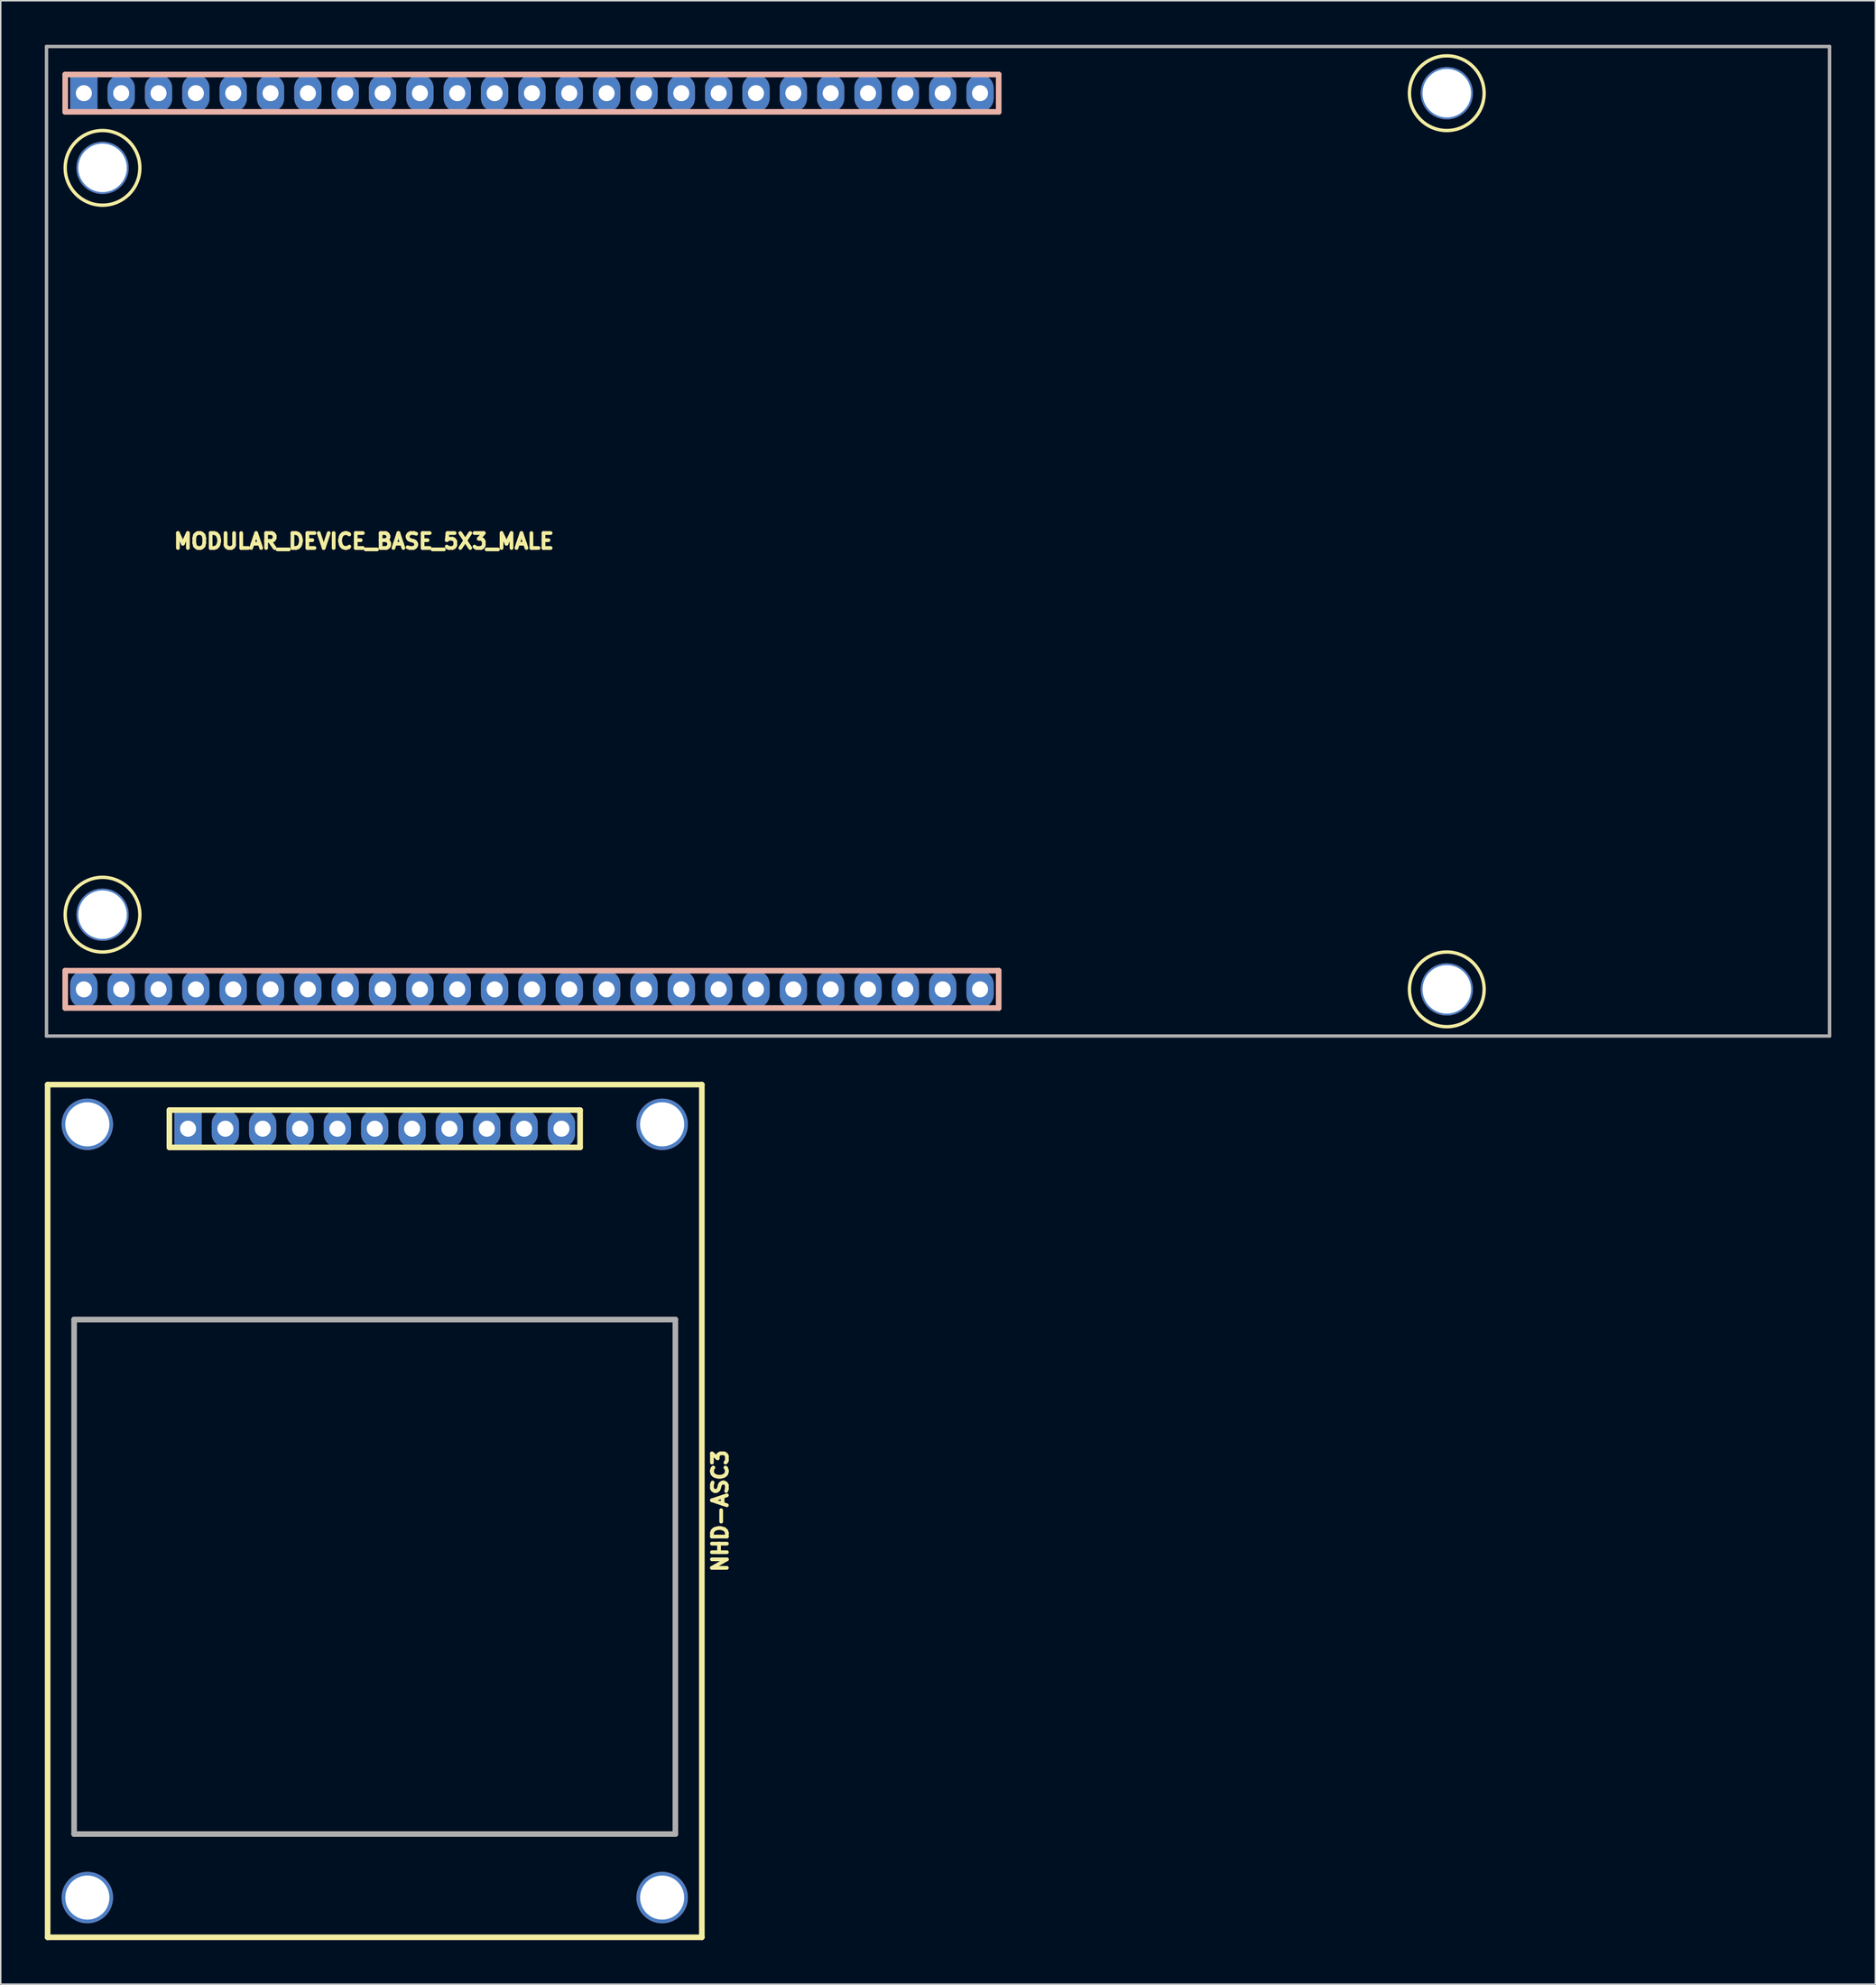
<source format=kicad_pcb>
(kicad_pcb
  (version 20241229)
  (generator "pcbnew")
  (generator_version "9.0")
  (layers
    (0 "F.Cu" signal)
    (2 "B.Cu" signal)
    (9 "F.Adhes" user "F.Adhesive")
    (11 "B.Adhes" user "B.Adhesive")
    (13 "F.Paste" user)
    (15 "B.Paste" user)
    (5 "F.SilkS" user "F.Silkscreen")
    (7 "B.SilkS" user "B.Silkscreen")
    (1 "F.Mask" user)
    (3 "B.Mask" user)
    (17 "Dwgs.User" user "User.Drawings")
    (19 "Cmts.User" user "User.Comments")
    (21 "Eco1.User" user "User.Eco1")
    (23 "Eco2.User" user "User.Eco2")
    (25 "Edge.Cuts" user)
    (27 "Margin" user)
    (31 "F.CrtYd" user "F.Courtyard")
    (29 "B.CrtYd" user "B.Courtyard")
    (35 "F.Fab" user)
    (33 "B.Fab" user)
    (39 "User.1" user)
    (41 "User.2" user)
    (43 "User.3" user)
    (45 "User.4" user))
  (footprint "MODULAR_DEVICE_BASE_5X3_MALE"
    (layer "F.Cu")
    (at 21.704 33.769)
    (property "Reference" "MODULAR_DEVICE_BASE_5X3_MALE" (at 0 0 0) (layer "F.SilkS") (effects (font (size 1.016 1.016) (thickness 0.254))))
    (attr through_hole)
    (fp_circle (center -17.78 -25.4) (end -15.24 -25.4) (stroke (width 0.229) (type solid)) (fill no) (layer "F.SilkS"))
    (fp_circle (center -17.78 25.4) (end -15.24 25.4) (stroke (width 0.229) (type solid)) (fill no) (layer "F.SilkS"))
    (fp_circle (center 73.66 -30.48) (end 76.2 -30.48) (stroke (width 0.229) (type solid)) (fill no) (layer "F.SilkS"))
    (fp_circle (center 73.66 30.48) (end 76.2 30.48) (stroke (width 0.229) (type solid)) (fill no) (layer "F.SilkS"))
    (fp_line (start -20.32 -31.75) (end -20.32 -29.21) (stroke (width 0.381) (type solid)) (layer "B.SilkS"))
    (fp_line (start -20.32 -31.75) (end 43.18 -31.75) (stroke (width 0.381) (type solid)) (layer "B.SilkS"))
    (fp_line (start -20.32 -29.21) (end 43.18 -29.21) (stroke (width 0.381) (type solid)) (layer "B.SilkS"))
    (fp_line (start -20.32 29.21) (end -20.32 31.75) (stroke (width 0.381) (type solid)) (layer "B.SilkS"))
    (fp_line (start -20.32 29.21) (end 43.18 29.21) (stroke (width 0.381) (type solid)) (layer "B.SilkS"))
    (fp_line (start -20.32 31.75) (end 43.18 31.75) (stroke (width 0.381) (type solid)) (layer "B.SilkS"))
    (fp_line (start 43.18 -29.21) (end 43.18 -31.75) (stroke (width 0.381) (type solid)) (layer "B.SilkS"))
    (fp_line (start 43.18 31.75) (end 43.18 29.21) (stroke (width 0.381) (type solid)) (layer "B.SilkS"))
    (fp_line (start -21.59 -33.655) (end -21.59 33.655) (stroke (width 0.229) (type solid)) (layer "F.Fab"))
    (fp_line (start -21.59 33.655) (end 99.695 33.655) (stroke (width 0.229) (type solid)) (layer "F.Fab"))
    (fp_line (start 99.695 -33.655) (end -21.59 -33.655) (stroke (width 0.229) (type solid)) (layer "F.Fab"))
    (fp_line (start 99.695 33.655) (end 99.695 -33.655) (stroke (width 0.229) (type solid)) (layer "F.Fab"))
    (pad "" thru_hole circle (at -17.78 -25.4) (size 3.556 3.556) (drill 3.302) (layers "*.Cu" "*.Mask"))
    (pad "" thru_hole circle (at -17.78 25.4) (size 3.556 3.556) (drill 3.302) (layers "*.Cu" "*.Mask"))
    (pad "" thru_hole circle (at 73.66 -30.48) (size 3.556 3.556) (drill 3.302) (layers "*.Cu" "*.Mask"))
    (pad "" thru_hole circle (at 73.66 30.48) (size 3.556 3.556) (drill 3.302) (layers "*.Cu" "*.Mask"))
    (pad "2" thru_hole oval (at -8.89 -30.48) (size 1.854 2.54) (drill 1.092) (layers "*.Cu" "*.Mask"))
    (pad "3V3" thru_hole oval (at -11.43 30.48) (size 1.854 2.54) (drill 1.092) (layers "*.Cu" "*.Mask"))
    (pad "5" thru_hole oval (at -1.27 -30.48) (size 1.854 2.54) (drill 1.092) (layers "*.Cu" "*.Mask"))
    (pad "6" thru_hole oval (at 1.27 -30.48) (size 1.854 2.54) (drill 1.092) (layers "*.Cu" "*.Mask"))
    (pad "11" thru_hole oval (at 13.97 -30.48) (size 1.854 2.54) (drill 1.092) (layers "*.Cu" "*.Mask"))
    (pad "12" thru_hole oval (at 16.51 -30.48) (size 1.854 2.54) (drill 1.092) (layers "*.Cu" "*.Mask"))
    (pad "13" thru_hole oval (at 16.51 30.48) (size 1.854 2.54) (drill 1.092) (layers "*.Cu" "*.Mask"))
    (pad "14" thru_hole oval (at 13.97 30.48) (size 1.854 2.54) (drill 1.092) (layers "*.Cu" "*.Mask"))
    (pad "15" thru_hole oval (at 11.43 30.48) (size 1.854 2.54) (drill 1.092) (layers "*.Cu" "*.Mask"))
    (pad "16" thru_hole oval (at 8.89 30.48) (size 1.854 2.54) (drill 1.092) (layers "*.Cu" "*.Mask"))
    (pad "17" thru_hole oval (at 6.35 30.48) (size 1.854 2.54) (drill 1.092) (layers "*.Cu" "*.Mask"))
    (pad "18" thru_hole oval (at 3.81 30.48) (size 1.854 2.54) (drill 1.092) (layers "*.Cu" "*.Mask"))
    (pad "19" thru_hole oval (at 1.27 30.48) (size 1.854 2.54) (drill 1.092) (layers "*.Cu" "*.Mask"))
    (pad "20" thru_hole oval (at -1.27 30.48) (size 1.854 2.54) (drill 1.092) (layers "*.Cu" "*.Mask"))
    (pad "21" thru_hole oval (at -3.81 30.48) (size 1.854 2.54) (drill 1.092) (layers "*.Cu" "*.Mask"))
    (pad "22" thru_hole oval (at -6.35 30.48) (size 1.854 2.54) (drill 1.092) (layers "*.Cu" "*.Mask"))
    (pad "23" thru_hole oval (at -8.89 30.48) (size 1.854 2.54) (drill 1.092) (layers "*.Cu" "*.Mask"))
    (pad "29" thru_hole oval (at 34.29 -30.48) (size 1.854 2.54) (drill 1.092) (layers "*.Cu" "*.Mask"))
    (pad "30" thru_hole oval (at 36.83 -30.48) (size 1.854 2.54) (drill 1.092) (layers "*.Cu" "*.Mask"))
    (pad "33" thru_hole oval (at 41.91 30.48) (size 1.854 2.54) (drill 1.092) (layers "*.Cu" "*.Mask"))
    (pad "34" thru_hole oval (at 39.37 30.48) (size 1.854 2.54) (drill 1.092) (layers "*.Cu" "*.Mask"))
    (pad "35" thru_hole oval (at 36.83 30.48) (size 1.854 2.54) (drill 1.092) (layers "*.Cu" "*.Mask"))
    (pad "36" thru_hole oval (at 34.29 30.48) (size 1.854 2.54) (drill 1.092) (layers "*.Cu" "*.Mask"))
    (pad "37" thru_hole oval (at 31.75 30.48) (size 1.854 2.54) (drill 1.092) (layers "*.Cu" "*.Mask"))
    (pad "38" thru_hole oval (at 29.21 30.48) (size 1.854 2.54) (drill 1.092) (layers "*.Cu" "*.Mask"))
    (pad "40" thru_hole oval (at 6.35 -30.48) (size 1.854 2.54) (drill 1.092) (layers "*.Cu" "*.Mask"))
    (pad "41" thru_hole oval (at 8.89 -30.48) (size 1.854 2.54) (drill 1.092) (layers "*.Cu" "*.Mask"))
    (pad "42" thru_hole oval (at 11.43 -30.48) (size 1.854 2.54) (drill 1.092) (layers "*.Cu" "*.Mask"))
    (pad "43" thru_hole oval (at 29.21 -30.48) (size 1.854 2.54) (drill 1.092) (layers "*.Cu" "*.Mask"))
    (pad "44" thru_hole oval (at 31.75 -30.48) (size 1.854 2.54) (drill 1.092) (layers "*.Cu" "*.Mask"))
    (pad "45" thru_hole oval (at 39.37 -30.48) (size 1.854 2.54) (drill 1.092) (layers "*.Cu" "*.Mask"))
    (pad "46" thru_hole oval (at 41.91 -30.48) (size 1.854 2.54) (drill 1.092) (layers "*.Cu" "*.Mask"))
    (pad "47" thru_hole oval (at 26.67 -30.48) (size 1.854 2.54) (drill 1.092) (layers "*.Cu" "*.Mask"))
    (pad "48" thru_hole oval (at 24.13 -30.48) (size 1.854 2.54) (drill 1.092) (layers "*.Cu" "*.Mask"))
    (pad "49" thru_hole oval (at 21.59 -30.48) (size 1.854 2.54) (drill 1.092) (layers "*.Cu" "*.Mask"))
    (pad "50" thru_hole oval (at 19.05 -30.48) (size 1.854 2.54) (drill 1.092) (layers "*.Cu" "*.Mask"))
    (pad "51" thru_hole oval (at 26.67 30.48) (size 1.854 2.54) (drill 1.092) (layers "*.Cu" "*.Mask"))
    (pad "52" thru_hole oval (at 3.81 -30.48) (size 1.854 2.54) (drill 1.092) (layers "*.Cu" "*.Mask"))
    (pad "53" thru_hole oval (at 19.05 30.48) (size 1.854 2.54) (drill 1.092) (layers "*.Cu" "*.Mask"))
    (pad "54" thru_hole oval (at -3.81 -30.48) (size 1.854 2.54) (drill 1.092) (layers "*.Cu" "*.Mask"))
    (pad "55" thru_hole oval (at -6.35 -30.48) (size 1.854 2.54) (drill 1.092) (layers "*.Cu" "*.Mask"))
    (pad "A10" thru_hole oval (at -13.97 -30.48) (size 1.854 2.54) (drill 1.092) (layers "*.Cu" "*.Mask"))
    (pad "A11" thru_hole oval (at -11.43 -30.48) (size 1.854 2.54) (drill 1.092) (layers "*.Cu" "*.Mask"))
    (pad "AGND" thru_hole oval (at -13.97 30.48) (size 1.854 2.54) (drill 1.092) (layers "*.Cu" "*.Mask"))
    (pad "AREF" thru_hole oval (at -19.05 30.48) (size 1.854 2.54) (drill 1.092) (layers "*.Cu" "*.Mask"))
    (pad "DAC0" thru_hole oval (at 24.13 30.48) (size 1.854 2.54) (drill 1.092) (layers "*.Cu" "*.Mask"))
    (pad "DAC1" thru_hole oval (at 21.59 30.48) (size 1.854 2.54) (drill 1.092) (layers "*.Cu" "*.Mask"))
    (pad "GND" thru_hole oval (at -16.51 -30.48) (size 1.854 2.54) (drill 1.092) (layers "*.Cu" "*.Mask"))
    (pad "VDD" thru_hole rect (at -19.05 -30.48) (size 1.854 2.54) (drill 1.092) (layers "*.Cu" "*.Mask"))
    (pad "VEE" thru_hole oval (at -16.51 30.48) (size 1.854 2.54) (drill 1.092) (layers "*.Cu" "*.Mask")))
  (footprint "NHD-ASC3"
    (layer "F.Cu")
    (at 22.441 99.729)
    (property "Reference" "NHD-ASC3" (at 23.495 0 90) (layer "F.SilkS") (effects (font (size 1.016 1.016) (thickness 0.254))))
    (attr through_hole)
    (fp_line (start -22.25 -29) (end -22.25 29) (stroke (width 0.381) (type solid)) (layer "F.SilkS"))
    (fp_line (start -22.25 -29) (end 22.25 -29) (stroke (width 0.381) (type solid)) (layer "F.SilkS"))
    (fp_line (start -22.25 29) (end 22.25 29) (stroke (width 0.381) (type solid)) (layer "F.SilkS"))
    (fp_line (start -13.97 -27.27) (end -13.97 -24.73) (stroke (width 0.381) (type solid)) (layer "F.SilkS"))
    (fp_line (start -13.97 -24.73) (end 13.97 -24.73) (stroke (width 0.381) (type solid)) (layer "F.SilkS"))
    (fp_line (start 13.97 -27.27) (end -13.97 -27.27) (stroke (width 0.381) (type solid)) (layer "F.SilkS"))
    (fp_line (start 13.97 -24.73) (end 13.97 -27.27) (stroke (width 0.381) (type solid)) (layer "F.SilkS"))
    (fp_line (start 22.25 29) (end 22.25 -29) (stroke (width 0.381) (type solid)) (layer "F.SilkS"))
    (fp_line (start -20.45 -13.02) (end -20.45 21.98) (stroke (width 0.381) (type solid)) (layer "F.Fab"))
    (fp_line (start -20.45 21.98) (end 20.45 21.98) (stroke (width 0.381) (type solid)) (layer "F.Fab"))
    (fp_line (start 20.45 -13.02) (end -20.45 -13.02) (stroke (width 0.381) (type solid)) (layer "F.Fab"))
    (fp_line (start 20.45 -13.02) (end 20.45 21.98) (stroke (width 0.381) (type solid)) (layer "F.Fab"))
    (pad "" thru_hole circle (at -19.55 -26.3) (size 3.5 3.5) (drill 3) (layers "*.Cu" "*.Mask"))
    (pad "" thru_hole circle (at -19.55 26.3) (size 3.5 3.5) (drill 3) (layers "*.Cu" "*.Mask"))
    (pad "" thru_hole circle (at 19.55 -26.3) (size 3.5 3.5) (drill 3) (layers "*.Cu" "*.Mask"))
    (pad "" thru_hole circle (at 19.55 26.3) (size 3.5 3.5) (drill 3) (layers "*.Cu" "*.Mask"))
    (pad "1" thru_hole rect (at -12.7 -26) (size 1.854 2.54) (drill 1.092) (layers "*.Cu" "*.Mask"))
    (pad "2" thru_hole oval (at -10.16 -26) (size 1.854 2.54) (drill 1.092) (layers "*.Cu" "*.Mask"))
    (pad "3" thru_hole oval (at -7.62 -26) (size 1.854 2.54) (drill 1.092) (layers "*.Cu" "*.Mask"))
    (pad "4" thru_hole oval (at -5.08 -26) (size 1.854 2.54) (drill 1.092) (layers "*.Cu" "*.Mask"))
    (pad "5" thru_hole oval (at -2.54 -26) (size 1.854 2.54) (drill 1.092) (layers "*.Cu" "*.Mask"))
    (pad "6" thru_hole oval (at 0 -26) (size 1.854 2.54) (drill 1.092) (layers "*.Cu" "*.Mask"))
    (pad "7" thru_hole oval (at 2.54 -26) (size 1.854 2.54) (drill 1.092) (layers "*.Cu" "*.Mask"))
    (pad "8" thru_hole oval (at 5.08 -26) (size 1.854 2.54) (drill 1.092) (layers "*.Cu" "*.Mask"))
    (pad "9" thru_hole oval (at 7.62 -26) (size 1.854 2.54) (drill 1.092) (layers "*.Cu" "*.Mask"))
    (pad "10" thru_hole oval (at 10.16 -26) (size 1.854 2.54) (drill 1.092) (layers "*.Cu" "*.Mask"))
    (pad "11" thru_hole oval (at 12.7 -26) (size 1.854 2.54) (drill 1.092) (layers "*.Cu" "*.Mask")))
  (gr_rect
    (start -3 -3)
    (end 124.514 131.92)
    (stroke (width 0.1) (type default))
    (fill no)
    (layer "Edge.Cuts")))
</source>
